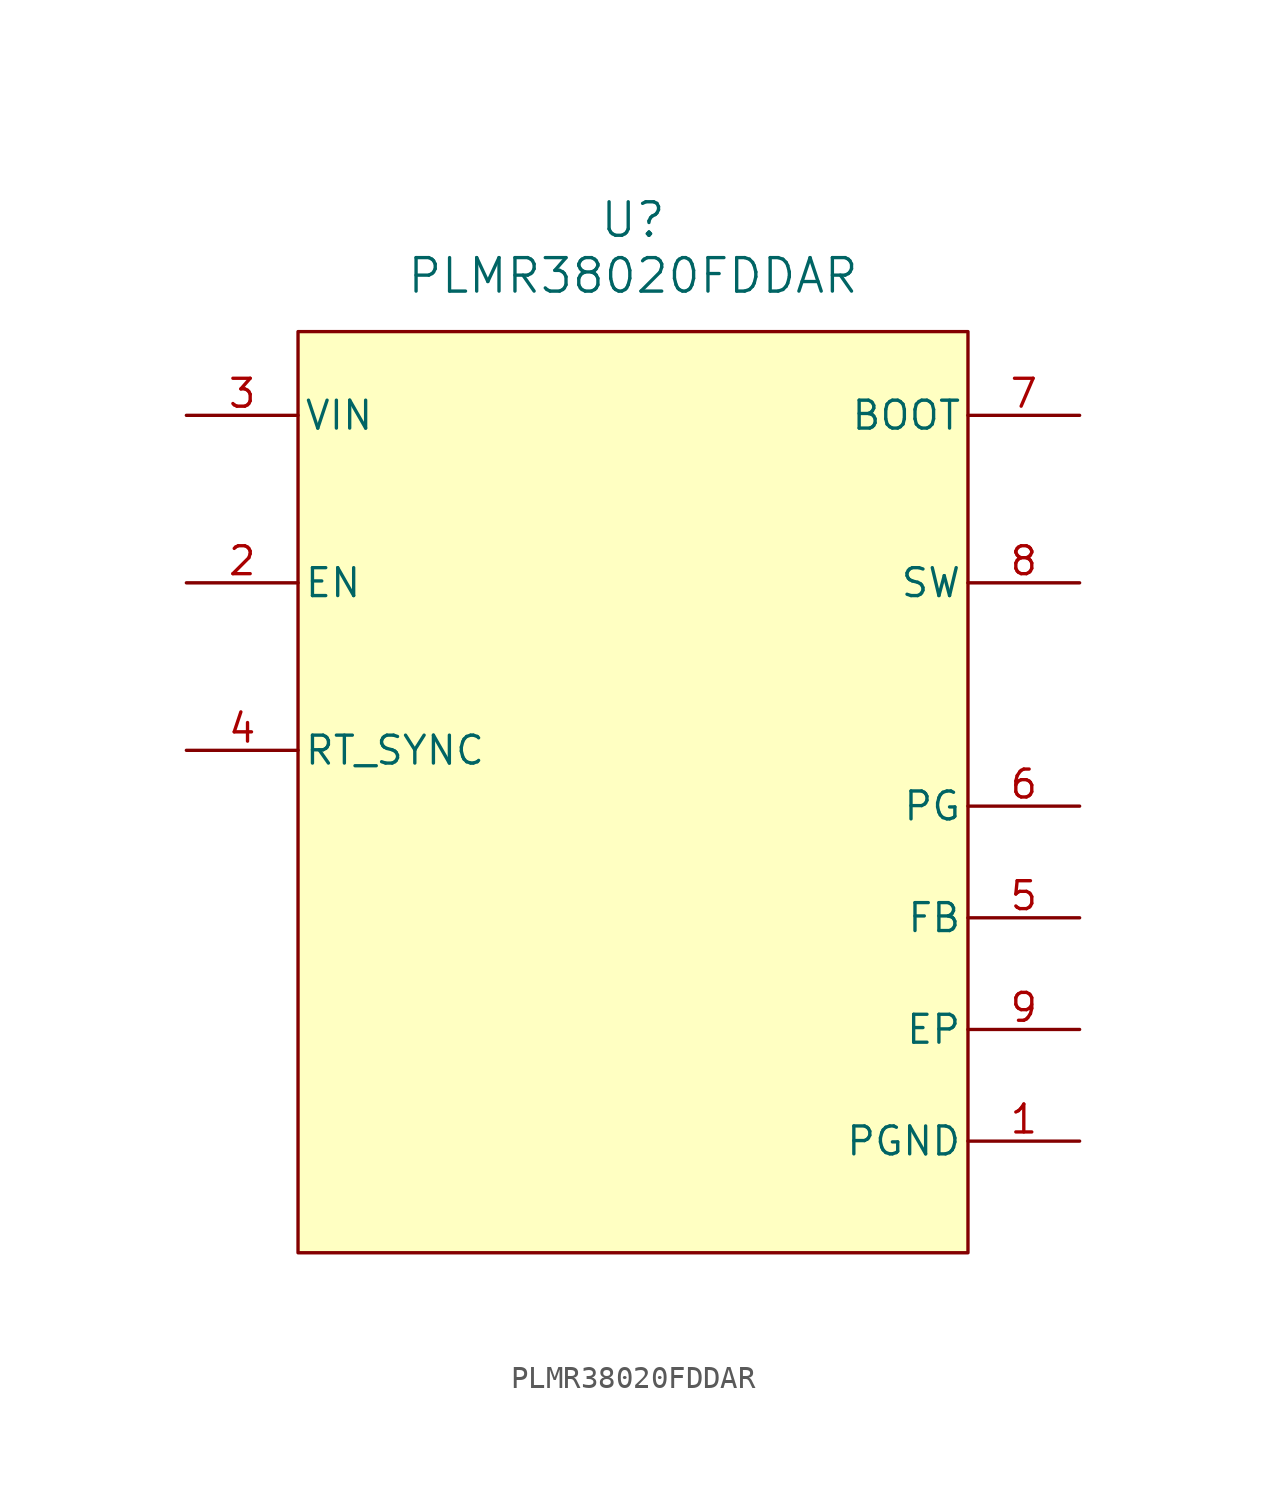
<source format=kicad_sym>
(kicad_symbol_lib
  (version 20220914)
  (generator kicad_symbol_editor)
  (symbol "PLMR38020FDDAR"
    (pin_names
      (offset 0.254))
    (property "Reference" "U"
      (at 20.32 8.89 0)
      (effects (font (size 1.524 1.524))))
    (property "Value" "PLMR38020FDDAR"
      (at 20.32 6.35 0)
      (effects (font (size 1.524 1.524))))
    (property "ki_locked" ""
      (at 0 0 0)
      (effects (font (size 1.27 1.27))))
    (symbol "PLMR38020FDDAR_0_1"
      (pin power_in line (at 40.64 -33.02 180) (length 5.08) (name "PGND" (effects (font (size 1.27 1.27)))) (number "1" (effects (font (size 1.27 1.27)))))
      (pin input line (at 0 -7.62 0) (length 5.08) (name "EN" (effects (font (size 1.27 1.27)))) (number "2" (effects (font (size 1.27 1.27)))))
      (pin power_in line (at 0 0 0) (length 5.08) (name "VIN" (effects (font (size 1.27 1.27)))) (number "3" (effects (font (size 1.27 1.27)))))
      (pin unspecified line (at 0 -15.24 0) (length 5.08) (name "RT_SYNC" (effects (font (size 1.27 1.27)))) (number "4" (effects (font (size 1.27 1.27)))))
      (pin open_collector line (at 40.64 -17.78 180) (length 5.08) (name "PG" (effects (font (size 1.27 1.27)))) (number "6" (effects (font (size 1.27 1.27)))))
      (pin unspecified line (at 40.64 0 180) (length 5.08) (name "BOOT" (effects (font (size 1.27 1.27)))) (number "7" (effects (font (size 1.27 1.27)))))
      (pin unspecified line (at 40.64 -27.94 180) (length 5.08) (name "EP" (effects (font (size 1.27 1.27)))) (number "9" (effects (font (size 1.27 1.27))))))
    (symbol "PLMR38020FDDAR_1_1"
      (rectangle (start 5.08 3.81) (end 35.56 -38.1) (stroke (width 0) (type default)) (fill (type background)))
      (pin input line (at 40.64 -22.86 180) (length 5.08) (name "FB" (effects (font (size 1.27 1.27)))) (number "5" (effects (font (size 1.27 1.27)))))
      (pin power_out line (at 40.64 -7.62 180) (length 5.08) (name "SW" (effects (font (size 1.27 1.27)))) (number "8" (effects (font (size 1.27 1.27))))))))
</source>
